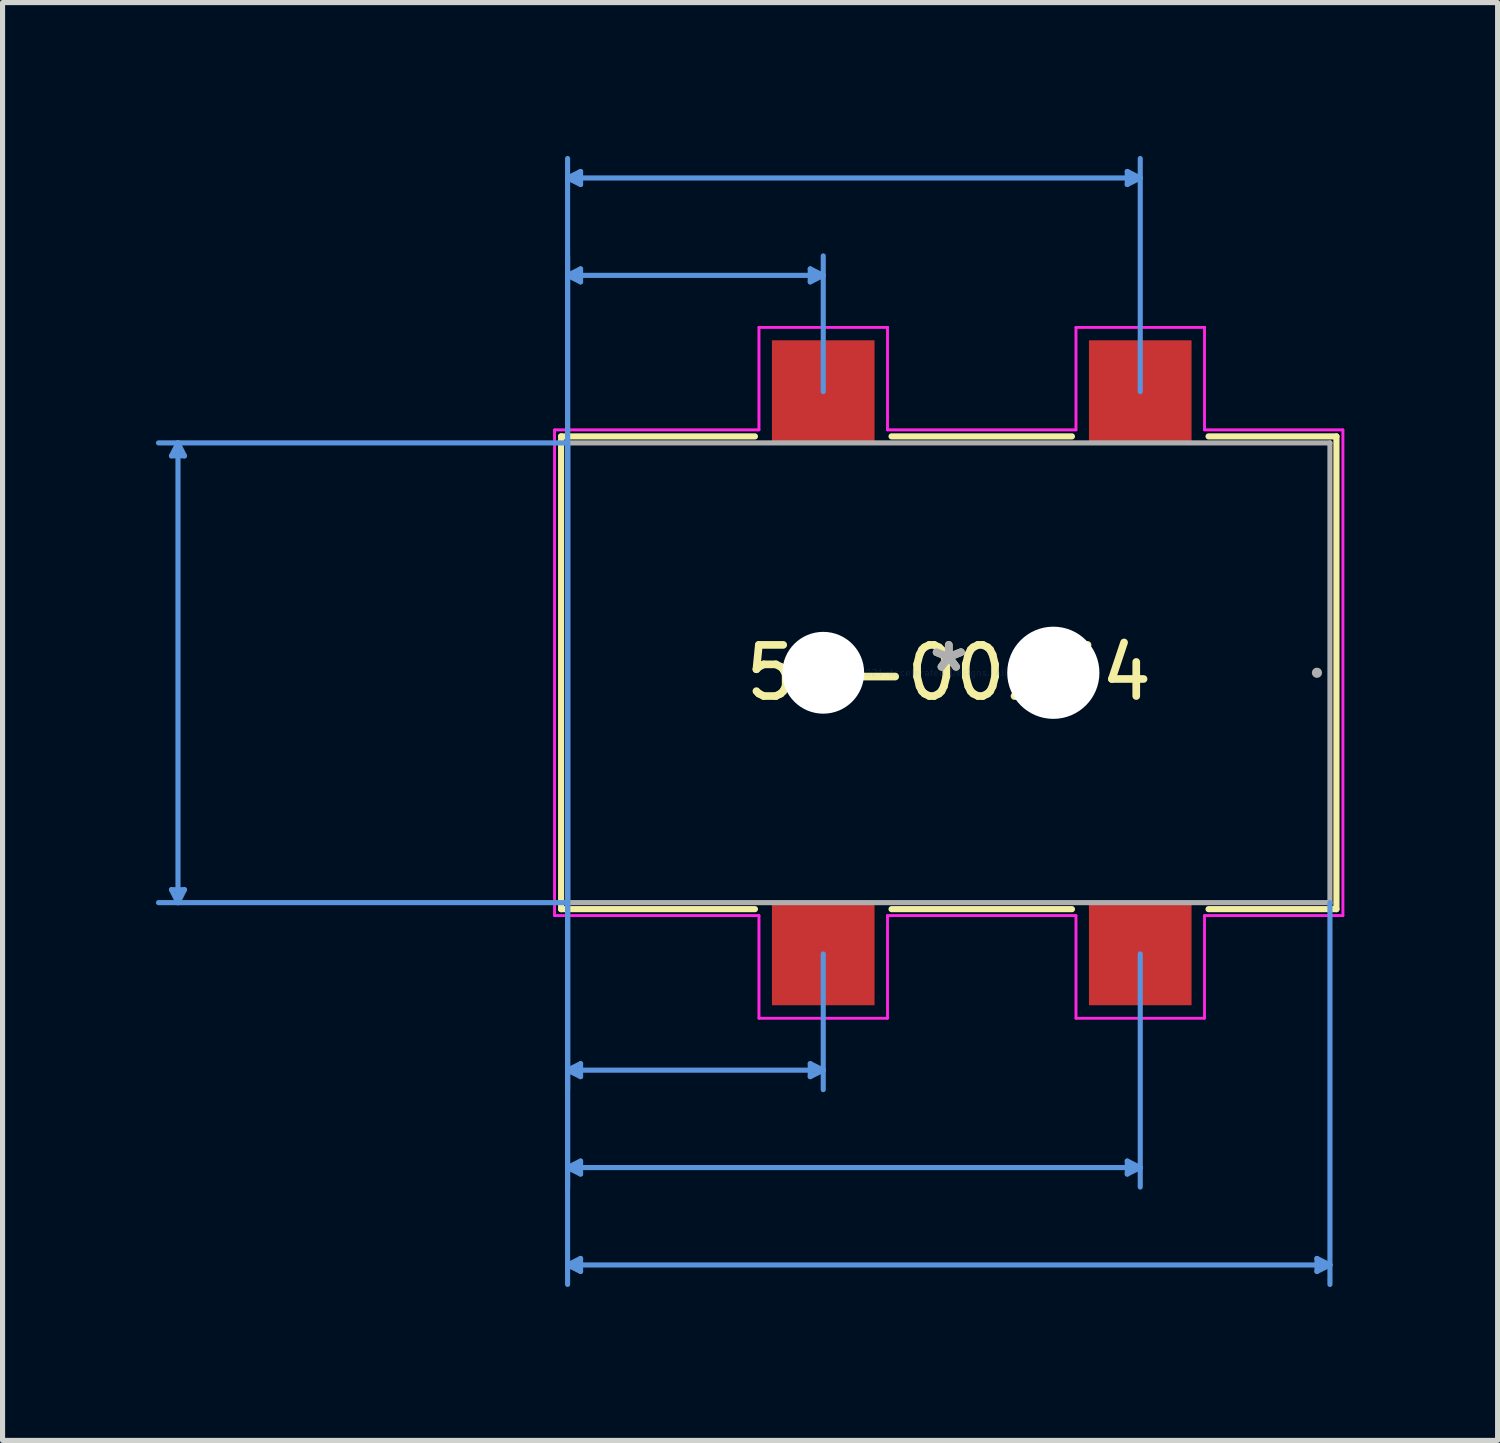
<source format=kicad_pcb>
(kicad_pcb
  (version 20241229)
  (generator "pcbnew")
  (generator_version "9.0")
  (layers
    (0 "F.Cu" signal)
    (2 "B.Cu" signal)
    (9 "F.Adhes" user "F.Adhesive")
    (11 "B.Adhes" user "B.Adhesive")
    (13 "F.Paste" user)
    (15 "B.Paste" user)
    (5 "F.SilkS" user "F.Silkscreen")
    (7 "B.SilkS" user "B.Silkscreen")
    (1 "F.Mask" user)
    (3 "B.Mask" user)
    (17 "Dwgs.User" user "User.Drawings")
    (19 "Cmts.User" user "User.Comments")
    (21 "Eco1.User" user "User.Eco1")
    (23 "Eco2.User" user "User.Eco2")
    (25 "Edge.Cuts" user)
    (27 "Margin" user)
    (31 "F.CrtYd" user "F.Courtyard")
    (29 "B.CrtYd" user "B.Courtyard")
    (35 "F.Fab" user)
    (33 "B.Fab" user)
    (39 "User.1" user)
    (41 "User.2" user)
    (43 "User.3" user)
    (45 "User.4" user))
  (footprint "54-00164"
    (layer "F.Cu")
    (at 15.506 10.108)
    (property "Reference" "54-00164" (at 0 0 0) (layer "F.SilkS") (effects (font (size 1 1) (thickness 0.15))))
    (attr through_hole)
    (fp_line (start -7.582 -4.623) (end -3.791 -4.623) (stroke (width 0.12) (type solid)) (layer "F.SilkS"))
    (fp_line (start -7.582 4.623) (end -7.582 -4.623) (stroke (width 0.12) (type solid)) (layer "F.SilkS"))
    (fp_line (start -3.791 4.623) (end -7.582 4.623) (stroke (width 0.12) (type solid)) (layer "F.SilkS"))
    (fp_line (start -1.119 -4.623) (end 2.409 -4.623) (stroke (width 0.12) (type solid)) (layer "F.SilkS"))
    (fp_line (start 2.409 4.623) (end -1.119 4.623) (stroke (width 0.12) (type solid)) (layer "F.SilkS"))
    (fp_line (start 5.081 -4.623) (end 7.582 -4.623) (stroke (width 0.12) (type solid)) (layer "F.SilkS"))
    (fp_line (start 7.582 -4.623) (end 7.582 4.623) (stroke (width 0.12) (type solid)) (layer "F.SilkS"))
    (fp_line (start 7.582 4.623) (end 5.081 4.623) (stroke (width 0.12) (type solid)) (layer "F.SilkS"))
    (fp_line (start -15.202 -4.242) (end -14.948 -4.242) (stroke (width 0.1) (type solid)) (layer "Cmts.User"))
    (fp_line (start -15.202 4.242) (end -14.948 4.242) (stroke (width 0.1) (type solid)) (layer "Cmts.User"))
    (fp_line (start -15.075 -4.496) (end -15.202 -4.242) (stroke (width 0.1) (type solid)) (layer "Cmts.User"))
    (fp_line (start -15.075 -4.496) (end -15.075 4.496) (stroke (width 0.1) (type solid)) (layer "Cmts.User"))
    (fp_line (start -15.075 -4.496) (end -14.948 -4.242) (stroke (width 0.1) (type solid)) (layer "Cmts.User"))
    (fp_line (start -15.075 4.496) (end -15.202 4.242) (stroke (width 0.1) (type solid)) (layer "Cmts.User"))
    (fp_line (start -15.075 4.496) (end -14.948 4.242) (stroke (width 0.1) (type solid)) (layer "Cmts.User"))
    (fp_line (start -7.455 -9.677) (end -7.201 -9.804) (stroke (width 0.1) (type solid)) (layer "Cmts.User"))
    (fp_line (start -7.455 -9.677) (end -7.201 -9.55) (stroke (width 0.1) (type solid)) (layer "Cmts.User"))
    (fp_line (start -7.455 -9.677) (end 3.745 -9.677) (stroke (width 0.1) (type solid)) (layer "Cmts.User"))
    (fp_line (start -7.455 -7.772) (end -7.201 -7.899) (stroke (width 0.1) (type solid)) (layer "Cmts.User"))
    (fp_line (start -7.455 -7.772) (end -7.201 -7.645) (stroke (width 0.1) (type solid)) (layer "Cmts.User"))
    (fp_line (start -7.455 -7.772) (end -2.455 -7.772) (stroke (width 0.1) (type solid)) (layer "Cmts.User"))
    (fp_line (start -7.455 -4.496) (end -15.456 -4.496) (stroke (width 0.1) (type solid)) (layer "Cmts.User"))
    (fp_line (start -7.455 -4.496) (end -7.455 -8.153) (stroke (width 0.1) (type solid)) (layer "Cmts.User"))
    (fp_line (start -7.455 -4.496) (end -7.455 8.153) (stroke (width 0.1) (type solid)) (layer "Cmts.User"))
    (fp_line (start -7.455 -4.496) (end -7.455 10.058) (stroke (width 0.1) (type solid)) (layer "Cmts.User"))
    (fp_line (start -7.455 4.496) (end -15.456 4.496) (stroke (width 0.1) (type solid)) (layer "Cmts.User"))
    (fp_line (start -7.455 4.496) (end -7.455 -10.058) (stroke (width 0.1) (type solid)) (layer "Cmts.User"))
    (fp_line (start -7.455 4.496) (end -7.455 11.963) (stroke (width 0.1) (type solid)) (layer "Cmts.User"))
    (fp_line (start -7.455 7.772) (end -7.201 7.645) (stroke (width 0.1) (type solid)) (layer "Cmts.User"))
    (fp_line (start -7.455 7.772) (end -7.201 7.899) (stroke (width 0.1) (type solid)) (layer "Cmts.User"))
    (fp_line (start -7.455 7.772) (end -2.455 7.772) (stroke (width 0.1) (type solid)) (layer "Cmts.User"))
    (fp_line (start -7.455 9.677) (end -7.201 9.55) (stroke (width 0.1) (type solid)) (layer "Cmts.User"))
    (fp_line (start -7.455 9.677) (end -7.201 9.804) (stroke (width 0.1) (type solid)) (layer "Cmts.User"))
    (fp_line (start -7.455 9.677) (end 3.745 9.677) (stroke (width 0.1) (type solid)) (layer "Cmts.User"))
    (fp_line (start -7.455 11.582) (end -7.201 11.455) (stroke (width 0.1) (type solid)) (layer "Cmts.User"))
    (fp_line (start -7.455 11.582) (end -7.201 11.709) (stroke (width 0.1) (type solid)) (layer "Cmts.User"))
    (fp_line (start -7.455 11.582) (end 7.455 11.582) (stroke (width 0.1) (type solid)) (layer "Cmts.User"))
    (fp_line (start -7.201 -9.804) (end -7.201 -9.55) (stroke (width 0.1) (type solid)) (layer "Cmts.User"))
    (fp_line (start -7.201 -7.899) (end -7.201 -7.645) (stroke (width 0.1) (type solid)) (layer "Cmts.User"))
    (fp_line (start -7.201 7.645) (end -7.201 7.899) (stroke (width 0.1) (type solid)) (layer "Cmts.User"))
    (fp_line (start -7.201 9.55) (end -7.201 9.804) (stroke (width 0.1) (type solid)) (layer "Cmts.User"))
    (fp_line (start -7.201 11.455) (end -7.201 11.709) (stroke (width 0.1) (type solid)) (layer "Cmts.User"))
    (fp_line (start -2.709 7.645) (end -2.709 7.899) (stroke (width 0.1) (type solid)) (layer "Cmts.User"))
    (fp_line (start -2.709 -7.899) (end -2.709 -7.645) (stroke (width 0.1) (type solid)) (layer "Cmts.User"))
    (fp_line (start -2.455 5.499) (end -2.455 8.153) (stroke (width 0.1) (type solid)) (layer "Cmts.User"))
    (fp_line (start -2.455 7.772) (end -2.709 7.645) (stroke (width 0.1) (type solid)) (layer "Cmts.User"))
    (fp_line (start -2.455 7.772) (end -2.709 7.899) (stroke (width 0.1) (type solid)) (layer "Cmts.User"))
    (fp_line (start -2.455 -7.772) (end -2.709 -7.899) (stroke (width 0.1) (type solid)) (layer "Cmts.User"))
    (fp_line (start -2.455 -7.772) (end -2.709 -7.645) (stroke (width 0.1) (type solid)) (layer "Cmts.User"))
    (fp_line (start -2.455 -5.499) (end -2.455 -8.153) (stroke (width 0.1) (type solid)) (layer "Cmts.User"))
    (fp_line (start 3.491 -9.804) (end 3.491 -9.55) (stroke (width 0.1) (type solid)) (layer "Cmts.User"))
    (fp_line (start 3.491 9.55) (end 3.491 9.804) (stroke (width 0.1) (type solid)) (layer "Cmts.User"))
    (fp_line (start 3.745 -9.677) (end 3.491 -9.804) (stroke (width 0.1) (type solid)) (layer "Cmts.User"))
    (fp_line (start 3.745 -9.677) (end 3.491 -9.55) (stroke (width 0.1) (type solid)) (layer "Cmts.User"))
    (fp_line (start 3.745 -5.499) (end 3.745 -10.058) (stroke (width 0.1) (type solid)) (layer "Cmts.User"))
    (fp_line (start 3.745 5.499) (end 3.745 10.058) (stroke (width 0.1) (type solid)) (layer "Cmts.User"))
    (fp_line (start 3.745 9.677) (end 3.491 9.55) (stroke (width 0.1) (type solid)) (layer "Cmts.User"))
    (fp_line (start 3.745 9.677) (end 3.491 9.804) (stroke (width 0.1) (type solid)) (layer "Cmts.User"))
    (fp_line (start 7.201 11.455) (end 7.201 11.709) (stroke (width 0.1) (type solid)) (layer "Cmts.User"))
    (fp_line (start 7.455 4.496) (end 7.455 11.963) (stroke (width 0.1) (type solid)) (layer "Cmts.User"))
    (fp_line (start 7.455 11.582) (end 7.201 11.455) (stroke (width 0.1) (type solid)) (layer "Cmts.User"))
    (fp_line (start 7.455 11.582) (end 7.201 11.709) (stroke (width 0.1) (type solid)) (layer "Cmts.User"))
    (fp_line (start -7.709 -4.75) (end -7.709 4.75) (stroke (width 0.05) (type solid)) (layer "F.CrtYd"))
    (fp_line (start -7.709 -4.75) (end -7.709 4.75) (stroke (width 0.05) (type solid)) (layer "F.CrtYd"))
    (fp_line (start -7.709 4.75) (end -3.712 4.75) (stroke (width 0.05) (type solid)) (layer "F.CrtYd"))
    (fp_line (start -7.709 4.75) (end -3.712 4.75) (stroke (width 0.05) (type solid)) (layer "F.CrtYd"))
    (fp_line (start -3.712 4.75) (end -3.712 6.756) (stroke (width 0.05) (type solid)) (layer "F.CrtYd"))
    (fp_line (start -3.712 4.75) (end -3.712 6.756) (stroke (width 0.05) (type solid)) (layer "F.CrtYd"))
    (fp_line (start -3.712 6.756) (end -1.198 6.756) (stroke (width 0.05) (type solid)) (layer "F.CrtYd"))
    (fp_line (start -3.712 6.756) (end -1.198 6.756) (stroke (width 0.05) (type solid)) (layer "F.CrtYd"))
    (fp_line (start -3.712 -6.756) (end -3.712 -4.75) (stroke (width 0.05) (type solid)) (layer "F.CrtYd"))
    (fp_line (start -3.712 -6.756) (end -3.712 -4.75) (stroke (width 0.05) (type solid)) (layer "F.CrtYd"))
    (fp_line (start -3.712 -4.75) (end -7.709 -4.75) (stroke (width 0.05) (type solid)) (layer "F.CrtYd"))
    (fp_line (start -3.712 -4.75) (end -7.709 -4.75) (stroke (width 0.05) (type solid)) (layer "F.CrtYd"))
    (fp_line (start -1.198 4.75) (end 2.488 4.75) (stroke (width 0.05) (type solid)) (layer "F.CrtYd"))
    (fp_line (start -1.198 4.75) (end 2.488 4.75) (stroke (width 0.05) (type solid)) (layer "F.CrtYd"))
    (fp_line (start -1.198 6.756) (end -1.198 4.75) (stroke (width 0.05) (type solid)) (layer "F.CrtYd"))
    (fp_line (start -1.198 6.756) (end -1.198 4.75) (stroke (width 0.05) (type solid)) (layer "F.CrtYd"))
    (fp_line (start -1.198 -6.756) (end -3.712 -6.756) (stroke (width 0.05) (type solid)) (layer "F.CrtYd"))
    (fp_line (start -1.198 -6.756) (end -3.712 -6.756) (stroke (width 0.05) (type solid)) (layer "F.CrtYd"))
    (fp_line (start -1.198 -4.75) (end -1.198 -6.756) (stroke (width 0.05) (type solid)) (layer "F.CrtYd"))
    (fp_line (start -1.198 -4.75) (end -1.198 -6.756) (stroke (width 0.05) (type solid)) (layer "F.CrtYd"))
    (fp_line (start 2.488 -6.756) (end 2.488 -4.75) (stroke (width 0.05) (type solid)) (layer "F.CrtYd"))
    (fp_line (start 2.488 -6.756) (end 2.488 -4.75) (stroke (width 0.05) (type solid)) (layer "F.CrtYd"))
    (fp_line (start 2.488 -4.75) (end -1.198 -4.75) (stroke (width 0.05) (type solid)) (layer "F.CrtYd"))
    (fp_line (start 2.488 -4.75) (end -1.198 -4.75) (stroke (width 0.05) (type solid)) (layer "F.CrtYd"))
    (fp_line (start 2.488 4.75) (end 2.488 6.756) (stroke (width 0.05) (type solid)) (layer "F.CrtYd"))
    (fp_line (start 2.488 4.75) (end 2.488 6.756) (stroke (width 0.05) (type solid)) (layer "F.CrtYd"))
    (fp_line (start 2.488 6.756) (end 5.002 6.756) (stroke (width 0.05) (type solid)) (layer "F.CrtYd"))
    (fp_line (start 2.488 6.756) (end 5.002 6.756) (stroke (width 0.05) (type solid)) (layer "F.CrtYd"))
    (fp_line (start 5.002 -6.756) (end 2.488 -6.756) (stroke (width 0.05) (type solid)) (layer "F.CrtYd"))
    (fp_line (start 5.002 -6.756) (end 2.488 -6.756) (stroke (width 0.05) (type solid)) (layer "F.CrtYd"))
    (fp_line (start 5.002 -4.75) (end 5.002 -6.756) (stroke (width 0.05) (type solid)) (layer "F.CrtYd"))
    (fp_line (start 5.002 -4.75) (end 5.002 -6.756) (stroke (width 0.05) (type solid)) (layer "F.CrtYd"))
    (fp_line (start 5.002 4.75) (end 7.709 4.75) (stroke (width 0.05) (type solid)) (layer "F.CrtYd"))
    (fp_line (start 5.002 4.75) (end 7.709 4.75) (stroke (width 0.05) (type solid)) (layer "F.CrtYd"))
    (fp_line (start 5.002 6.756) (end 5.002 4.75) (stroke (width 0.05) (type solid)) (layer "F.CrtYd"))
    (fp_line (start 5.002 6.756) (end 5.002 4.75) (stroke (width 0.05) (type solid)) (layer "F.CrtYd"))
    (fp_line (start 7.709 -4.75) (end 5.002 -4.75) (stroke (width 0.05) (type solid)) (layer "F.CrtYd"))
    (fp_line (start 7.709 -4.75) (end 5.002 -4.75) (stroke (width 0.05) (type solid)) (layer "F.CrtYd"))
    (fp_line (start 7.709 4.75) (end 7.709 -4.75) (stroke (width 0.05) (type solid)) (layer "F.CrtYd"))
    (fp_line (start 7.709 4.75) (end 7.709 -4.75) (stroke (width 0.05) (type solid)) (layer "F.CrtYd"))
    (fp_line (start -7.455 -4.496) (end -7.455 4.496) (stroke (width 0.1) (type solid)) (layer "F.Fab"))
    (fp_line (start -7.455 4.496) (end 7.455 4.496) (stroke (width 0.1) (type solid)) (layer "F.Fab"))
    (fp_line (start 7.455 -4.496) (end -7.455 -4.496) (stroke (width 0.1) (type solid)) (layer "F.Fab"))
    (fp_line (start 7.455 4.496) (end 7.455 -4.496) (stroke (width 0.1) (type solid)) (layer "F.Fab"))
    (fp_circle (center 7.201 0) (end 7.201 0) (stroke (width 0.1) (type solid)) (fill no) (layer "F.Fab"))
    (fp_text user "*" (at 0 0 0) (layer "F.SilkS") (effects (font (size 1 1) (thickness 0.15))))
    (fp_text user "Copyright 2021 Accelerated Designs. All rights reserved." (at 0 0 0) (layer "Cmts.User") (effects (font (size 0.127 0.127) (thickness 0.002))))
    (fp_text user "*" (at 0 0 0) (layer "F.Fab") (effects (font (size 1 1) (thickness 0.15))))
    (pad "" np_thru_hole circle (at -2.455 0) (size 1.6 1.6) (drill 1.6) (layers "*.Cu" "*.Mask"))
    (pad "" smd rect (at -2.455 5.499) (size 2.007 2.007) (layers "F.Cu" "F.Mask" "F.Paste"))
    (pad "" smd rect (at -2.455 -5.499) (size 2.007 2.007) (layers "F.Cu" "F.Mask" "F.Paste"))
    (pad "" np_thru_hole circle (at 2.045 0) (size 1.803 1.803) (drill 1.803) (layers "*.Cu" "*.Mask"))
    (pad "" smd rect (at 3.745 -5.499) (size 2.007 2.007) (layers "F.Cu" "F.Mask" "F.Paste"))
    (pad "" smd rect (at 3.745 5.499) (size 2.007 2.007) (layers "F.Cu" "F.Mask" "F.Paste")))
  (gr_rect
    (start -3 -3)
    (end 26.24 25.122)
    (stroke (width 0.1) (type default))
    (fill no)
    (layer "Edge.Cuts")))
</source>
